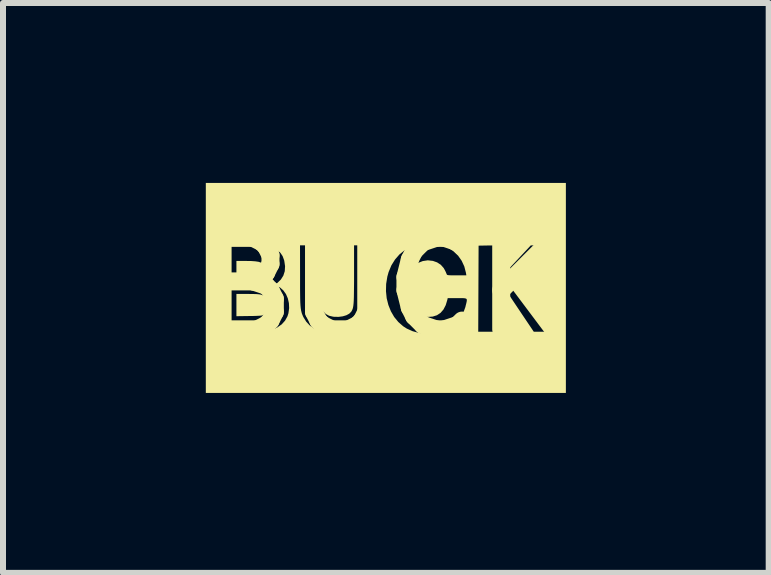
<source format=kicad_pcb>
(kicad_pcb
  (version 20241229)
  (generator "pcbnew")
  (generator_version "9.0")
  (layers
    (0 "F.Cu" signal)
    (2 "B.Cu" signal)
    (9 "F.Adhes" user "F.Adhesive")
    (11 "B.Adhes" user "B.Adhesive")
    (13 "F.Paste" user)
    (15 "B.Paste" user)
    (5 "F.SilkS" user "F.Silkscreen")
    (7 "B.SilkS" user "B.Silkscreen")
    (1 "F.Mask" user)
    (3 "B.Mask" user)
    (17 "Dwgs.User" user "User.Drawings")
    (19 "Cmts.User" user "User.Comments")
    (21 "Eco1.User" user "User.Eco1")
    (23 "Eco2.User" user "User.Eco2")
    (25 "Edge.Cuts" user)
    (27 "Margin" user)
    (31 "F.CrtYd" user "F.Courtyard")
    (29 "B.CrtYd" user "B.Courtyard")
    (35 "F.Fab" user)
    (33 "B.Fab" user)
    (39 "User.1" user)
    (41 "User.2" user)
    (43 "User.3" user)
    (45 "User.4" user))
  (footprint "BUCK"
    (layer "F.Cu")
    (at 3.382 1.75)
    (property "Reference" "BUCK" (at 0 0 0) (layer "F.SilkS") (effects (font (size 1.524 1.524) (thickness 0.3))))
    (attr board_only exclude_from_pos_files exclude_from_bom)
    (fp_poly (pts (xy -2.248 -0.449) (xy -2.177 -0.444) (xy -2.122 -0.436) (xy -2.081 -0.422) (xy -2.05 -0.404) (xy -2.029 -0.379) (xy -2.015 -0.346) (xy -2.011 -0.331) (xy -2.005 -0.273) (xy -2.017 -0.222) (xy -2.045 -0.181) (xy -2.09 -0.152) (xy -2.096 -0.149) (xy -2.118 -0.144) (xy -2.157 -0.14) (xy -2.212 -0.136) (xy -2.279 -0.133) (xy -2.308 -0.132) (xy -2.491 -0.128) (xy -2.491 -0.45) (xy -2.336 -0.45)) (stroke (width 0) (type solid)) (fill yes) (layer "F.SilkS"))
    (fp_poly (pts (xy -2.303 0.1) (xy -2.225 0.101) (xy -2.164 0.102) (xy -2.117 0.106) (xy -2.081 0.112) (xy -2.053 0.121) (xy -2.03 0.132) (xy -2.011 0.147) (xy -1.979 0.18) (xy -1.96 0.219) (xy -1.951 0.268) (xy -1.951 0.293) (xy -1.957 0.351) (xy -1.977 0.396) (xy -2.012 0.432) (xy -2.031 0.444) (xy -2.044 0.451) (xy -2.059 0.457) (xy -2.079 0.461) (xy -2.107 0.463) (xy -2.146 0.465) (xy -2.198 0.467) (xy -2.267 0.468) (xy -2.278 0.468) (xy -2.491 0.471) (xy -2.491 0.1)) (stroke (width 0) (type solid)) (fill yes) (layer "F.SilkS"))
    (fp_poly (pts (xy 3.001 1.75) (xy -3.001 1.75) (xy -3.001 0.731) (xy -2.831 0.731) (xy -2.399 0.728) (xy -2.294 0.727) (xy -2.208 0.727) (xy -2.137 0.726) (xy -2.081 0.725) (xy -2.036 0.723) (xy -2.002 0.722) (xy -1.975 0.719) (xy -1.954 0.716) (xy -1.936 0.713) (xy -1.921 0.708) (xy -1.905 0.703) (xy -1.901 0.701) (xy -1.81 0.659) (xy -1.736 0.607) (xy -1.68 0.545) (xy -1.64 0.473) (xy -1.624 0.422) (xy -1.612 0.336) (xy -1.616 0.253) (xy -1.634 0.174) (xy -1.665 0.102) (xy -1.709 0.041) (xy -1.763 -0.007) (xy -1.806 -0.031) (xy -1.851 -0.051) (xy -1.809 -0.083) (xy -1.75 -0.14) (xy -1.709 -0.205) (xy -1.685 -0.279) (xy -1.68 -0.362) (xy -1.693 -0.451) (xy -1.696 -0.463) (xy -1.721 -0.531) (xy -1.759 -0.587) (xy -1.813 -0.632) (xy -1.872 -0.665) (xy -1.899 -0.676) (xy -1.927 -0.685) (xy -1.958 -0.692) (xy -1.995 -0.698) (xy -2.04 -0.702) (xy -2.094 -0.706) (xy -2.16 -0.707) (xy -2.24 -0.708) (xy -2.335 -0.708) (xy -2.446 -0.708) (xy -2.826 -0.705) (xy -2.829 0.013) (xy -2.831 0.731) (xy -3.001 0.731) (xy -3.001 -0.71) (xy -1.431 -0.71) (xy -1.43 -0.207) (xy -1.43 -0.085) (xy -1.43 0.02) (xy -1.429 0.108) (xy -1.428 0.182) (xy -1.426 0.243) (xy -1.423 0.294) (xy -1.419 0.336) (xy -1.414 0.37) (xy -1.407 0.4) (xy -1.4 0.426) (xy -1.39 0.451) (xy -1.379 0.477) (xy -1.374 0.487) (xy -1.327 0.563) (xy -1.265 0.629) (xy -1.188 0.682) (xy -1.099 0.723) (xy -0.998 0.751) (xy -0.887 0.765) (xy -0.768 0.765) (xy -0.696 0.759) (xy -0.586 0.739) (xy -0.491 0.706) (xy -0.409 0.661) (xy -0.338 0.603) (xy -0.327 0.591) (xy -0.289 0.546) (xy -0.261 0.499) (xy -0.237 0.444) (xy -0.22 0.389) (xy -0.216 0.371) (xy -0.212 0.354) (xy -0.209 0.334) (xy -0.206 0.311) (xy -0.204 0.281) (xy -0.203 0.244) (xy -0.202 0.198) (xy -0.201 0.14) (xy -0.2 0.069) (xy -0.2 0.054) (xy 0.002 0.054) (xy 0.014 0.172) (xy 0.042 0.284) (xy 0.084 0.389) (xy 0.139 0.484) (xy 0.208 0.568) (xy 0.289 0.639) (xy 0.35 0.678) (xy 0.446 0.721) (xy 0.552 0.75) (xy 0.664 0.764) (xy 0.777 0.764) (xy 0.886 0.748) (xy 0.905 0.744) (xy 0.945 0.73) (xy 1.54 0.73) (xy 1.881 0.73) (xy 1.881 0.273) (xy 1.962 0.186) (xy 2.043 0.1) (xy 2.254 0.415) (xy 2.466 0.73) (xy 2.674 0.73) (xy 2.736 0.73) (xy 2.79 0.729) (xy 2.834 0.728) (xy 2.865 0.726) (xy 2.88 0.725) (xy 2.881 0.724) (xy 2.876 0.715) (xy 2.859 0.692) (xy 2.834 0.655) (xy 2.8 0.606) (xy 2.759 0.547) (xy 2.711 0.48) (xy 2.659 0.405) (xy 2.602 0.325) (xy 2.581 0.295) (xy 2.523 0.214) (xy 2.469 0.137) (xy 2.42 0.066) (xy 2.376 0.004) (xy 2.339 -0.049) (xy 2.311 -0.091) (xy 2.291 -0.12) (xy 2.282 -0.135) (xy 2.281 -0.137) (xy 2.288 -0.145) (xy 2.307 -0.167) (xy 2.338 -0.199) (xy 2.378 -0.24) (xy 2.427 -0.29) (xy 2.481 -0.345) (xy 2.541 -0.405) (xy 2.555 -0.419) (xy 2.616 -0.48) (xy 2.672 -0.537) (xy 2.721 -0.588) (xy 2.763 -0.631) (xy 2.795 -0.666) (xy 2.816 -0.689) (xy 2.825 -0.701) (xy 2.825 -0.702) (xy 2.814 -0.704) (xy 2.786 -0.706) (xy 2.744 -0.708) (xy 2.691 -0.709) (xy 2.631 -0.709) (xy 2.618 -0.709) (xy 2.416 -0.709) (xy 2.151 -0.426) (xy 1.886 -0.144) (xy 1.883 -0.427) (xy 1.88 -0.71) (xy 1.713 -0.708) (xy 1.546 -0.705) (xy 1.543 0.013) (xy 1.54 0.73) (xy 0.945 0.73) (xy 1 0.711) (xy 1.084 0.664) (xy 1.16 0.599) (xy 1.165 0.594) (xy 1.236 0.51) (xy 1.289 0.419) (xy 1.326 0.318) (xy 1.33 0.299) (xy 1.342 0.252) (xy 1.349 0.218) (xy 1.35 0.194) (xy 1.341 0.18) (xy 1.321 0.173) (xy 1.288 0.17) (xy 1.238 0.17) (xy 1.191 0.17) (xy 1.031 0.17) (xy 1.025 0.198) (xy 0.998 0.287) (xy 0.96 0.36) (xy 0.911 0.416) (xy 0.852 0.455) (xy 0.782 0.477) (xy 0.701 0.483) (xy 0.648 0.478) (xy 0.575 0.458) (xy 0.508 0.421) (xy 0.45 0.369) (xy 0.403 0.303) (xy 0.367 0.226) (xy 0.35 0.16) (xy 0.344 0.107) (xy 0.341 0.043) (xy 0.342 -0.025) (xy 0.346 -0.09) (xy 0.354 -0.142) (xy 0.355 -0.148) (xy 0.384 -0.236) (xy 0.426 -0.311) (xy 0.48 -0.372) (xy 0.543 -0.419) (xy 0.615 -0.448) (xy 0.695 -0.46) (xy 0.705 -0.46) (xy 0.784 -0.451) (xy 0.855 -0.426) (xy 0.916 -0.386) (xy 0.964 -0.332) (xy 0.983 -0.298) (xy 0.999 -0.266) (xy 1.01 -0.239) (xy 1.015 -0.228) (xy 1.018 -0.221) (xy 1.027 -0.216) (xy 1.043 -0.213) (xy 1.07 -0.211) (xy 1.11 -0.21) (xy 1.167 -0.21) (xy 1.181 -0.21) (xy 1.342 -0.21) (xy 1.335 -0.253) (xy 1.308 -0.358) (xy 1.264 -0.453) (xy 1.205 -0.537) (xy 1.13 -0.609) (xy 1.042 -0.667) (xy 0.94 -0.711) (xy 0.89 -0.726) (xy 0.828 -0.737) (xy 0.754 -0.742) (xy 0.674 -0.741) (xy 0.596 -0.735) (xy 0.528 -0.723) (xy 0.517 -0.721) (xy 0.41 -0.683) (xy 0.312 -0.628) (xy 0.226 -0.558) (xy 0.153 -0.474) (xy 0.092 -0.376) (xy 0.046 -0.265) (xy 0.025 -0.19) (xy 0.005 -0.067) (xy 0.002 0.054) (xy -0.2 0.054) (xy -0.2 -0.017) (xy -0.2 -0.12) (xy -0.2 -0.197) (xy -0.2 -0.71) (xy -0.53 -0.71) (xy -0.53 -0.227) (xy -0.53 -0.107) (xy -0.531 -0.005) (xy -0.532 0.081) (xy -0.533 0.152) (xy -0.535 0.21) (xy -0.538 0.257) (xy -0.542 0.294) (xy -0.547 0.324) (xy -0.553 0.347) (xy -0.561 0.367) (xy -0.57 0.384) (xy -0.577 0.396) (xy -0.61 0.429) (xy -0.658 0.455) (xy -0.718 0.473) (xy -0.786 0.482) (xy -0.858 0.481) (xy -0.879 0.479) (xy -0.947 0.463) (xy -1.001 0.434) (xy -1.044 0.39) (xy -1.074 0.34) (xy -1.078 0.329) (xy -1.083 0.318) (xy -1.086 0.305) (xy -1.089 0.288) (xy -1.091 0.266) (xy -1.093 0.236) (xy -1.094 0.196) (xy -1.095 0.146) (xy -1.096 0.083) (xy -1.097 0.005) (xy -1.098 -0.089) (xy -1.098 -0.201) (xy -1.098 -0.207) (xy -1.101 -0.71) (xy -1.431 -0.71) (xy -3.001 -0.71) (xy -3.001 -1.75) (xy 3.001 -1.75)) (stroke (width 0) (type solid)) (fill yes) (layer "F.SilkS")))
  (gr_rect
    (start -3 -3)
    (end 9.764 6.5)
    (stroke (width 0.1) (type default))
    (fill no)
    (layer "Edge.Cuts")))
</source>
